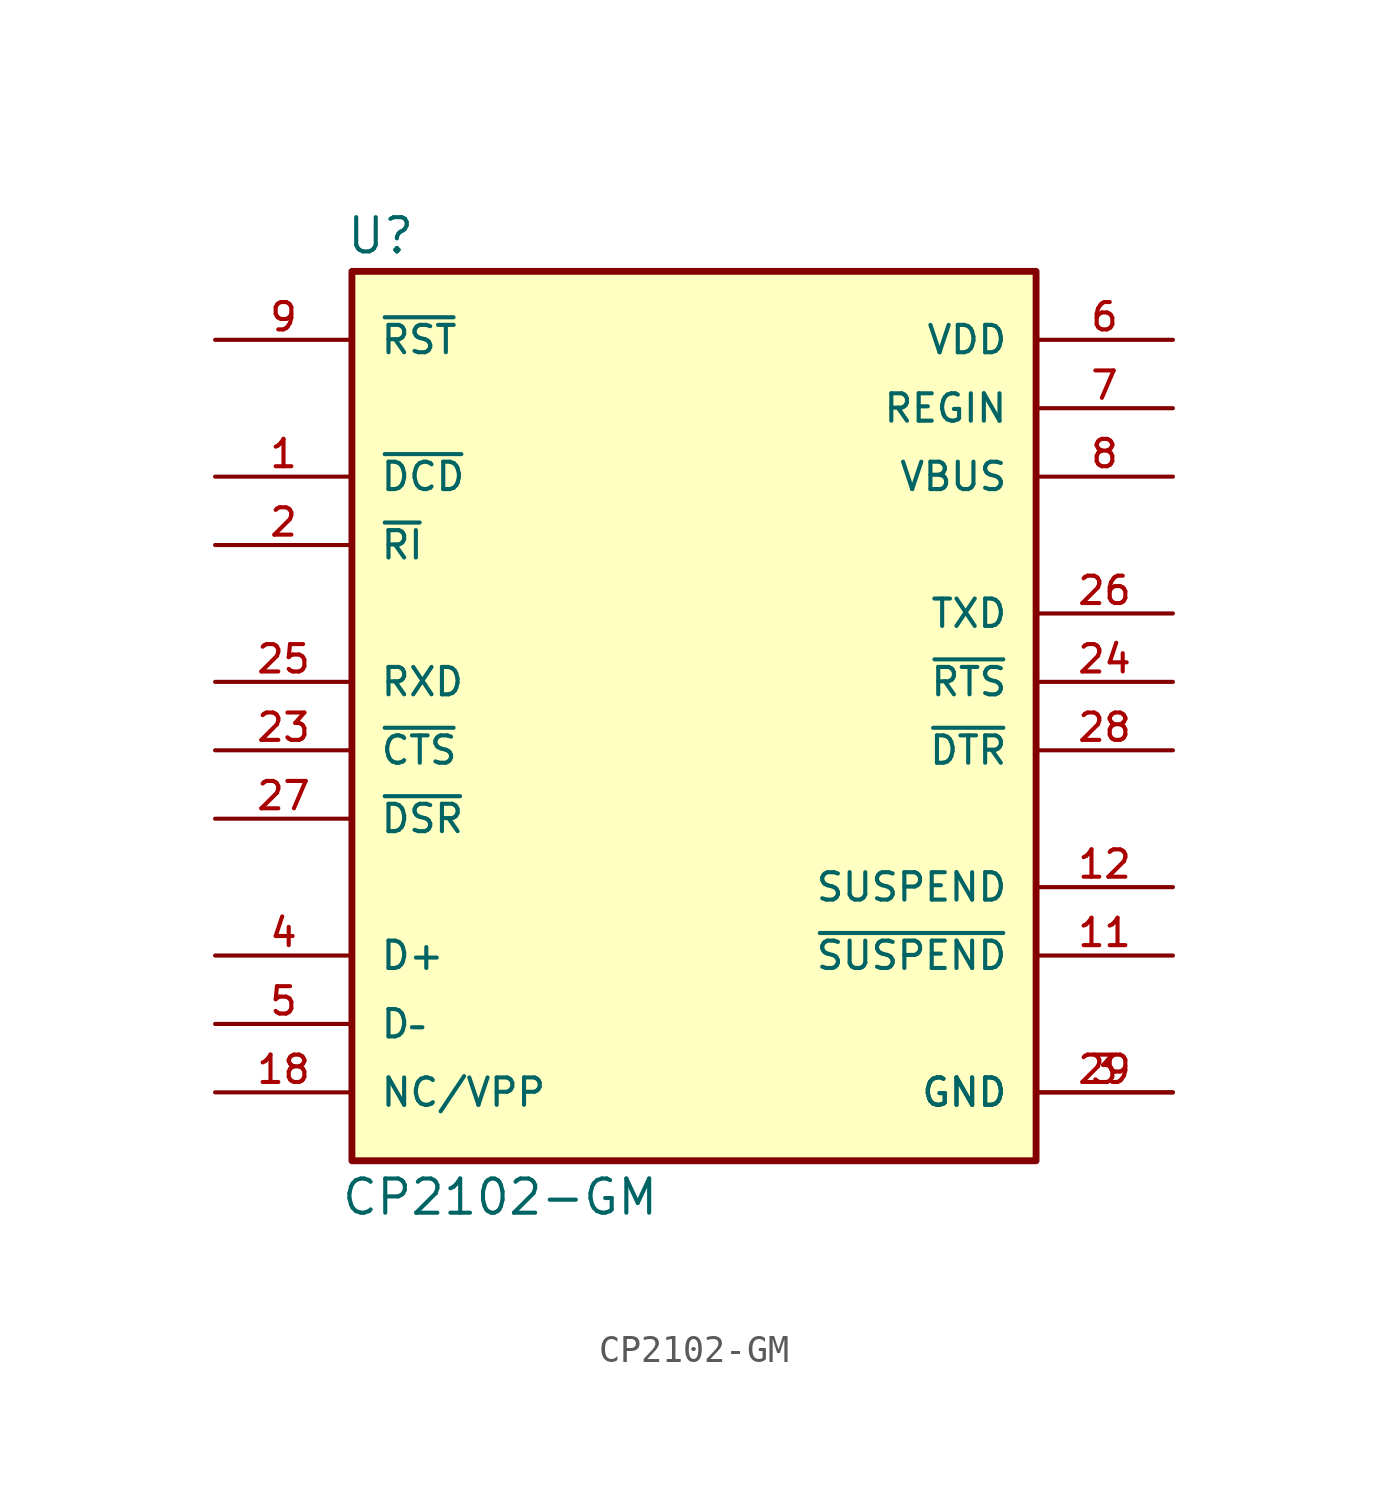
<source format=kicad_sym>
(kicad_symbol_lib
  (version 20211014)
  (generator kicad_symbol_editor)
  (symbol "CP2102-GM"
    (pin_names
      (offset 1.016))
    (property "Reference" "U"
      (at -12.944 18.359 0)
      (effects (font (size 1.27 1.27)) (justify bottom left)))
    (property "Value" "CP2102-GM"
      (at -13.135 -17.331 0)
      (effects (font (size 1.27 1.27)) (justify bottom left)))
    (symbol "CP2102-GM_0_0"
      (rectangle (start -12.7 -15.24) (end 12.7 17.78) (stroke (width 0.254)) (fill (type background)))
      (pin output line (at 17.78 0.0 180.0) (length 5.08) (name "~{DTR}" (effects (font (size 1.016 1.016)))) (number "28" (effects (font (size 1.016 1.016)))))
      (pin output line (at 17.78 -5.08 180.0) (length 5.08) (name "SUSPEND" (effects (font (size 1.016 1.016)))) (number "12" (effects (font (size 1.016 1.016)))))
      (pin input line (at -17.78 7.62 0) (length 5.08) (name "~{RI}" (effects (font (size 1.016 1.016)))) (number "2" (effects (font (size 1.016 1.016)))))
      (pin output line (at 17.78 -7.62 180.0) (length 5.08) (name "~{SUSPEND}" (effects (font (size 1.016 1.016)))) (number "11" (effects (font (size 1.016 1.016)))))
      (pin power_in line (at 17.78 10.16 180.0) (length 5.08) (name "VBUS" (effects (font (size 1.016 1.016)))) (number "8" (effects (font (size 1.016 1.016)))))
      (pin power_in line (at 17.78 15.24 180.0) (length 5.08) (name "VDD" (effects (font (size 1.016 1.016)))) (number "6" (effects (font (size 1.016 1.016)))))
      (pin power_in line (at 17.78 -12.7 180.0) (length 5.08) (name "GND" (effects (font (size 1.016 1.016)))) (number "3" (effects (font (size 1.016 1.016)))))
      (pin power_in line (at 17.78 -12.7 180.0) (length 5.08) (name "GND" (effects (font (size 1.016 1.016)))) (number "29" (effects (font (size 1.016 1.016)))))
      (pin input line (at -17.78 0.0 0) (length 5.08) (name "~{CTS}" (effects (font (size 1.016 1.016)))) (number "23" (effects (font (size 1.016 1.016)))))
      (pin input line (at -17.78 2.54 0) (length 5.08) (name "RXD" (effects (font (size 1.016 1.016)))) (number "25" (effects (font (size 1.016 1.016)))))
      (pin input line (at -17.78 10.16 0) (length 5.08) (name "~{DCD}" (effects (font (size 1.016 1.016)))) (number "1" (effects (font (size 1.016 1.016)))))
      (pin output line (at 17.78 5.08 180.0) (length 5.08) (name "TXD" (effects (font (size 1.016 1.016)))) (number "26" (effects (font (size 1.016 1.016)))))
      (pin output line (at 17.78 2.54 180.0) (length 5.08) (name "~{RTS}" (effects (font (size 1.016 1.016)))) (number "24" (effects (font (size 1.016 1.016)))))
      (pin power_in line (at 17.78 12.7 180.0) (length 5.08) (name "REGIN" (effects (font (size 1.016 1.016)))) (number "7" (effects (font (size 1.016 1.016)))))
      (pin bidirectional line (at -17.78 -7.62 0) (length 5.08) (name "D+" (effects (font (size 1.016 1.016)))) (number "4" (effects (font (size 1.016 1.016)))))
      (pin bidirectional line (at -17.78 15.24 0) (length 5.08) (name "~{RST}" (effects (font (size 1.016 1.016)))) (number "9" (effects (font (size 1.016 1.016)))))
      (pin bidirectional line (at -17.78 -10.16 0) (length 5.08) (name "D–" (effects (font (size 1.016 1.016)))) (number "5" (effects (font (size 1.016 1.016)))))
      (pin input line (at -17.78 -2.54 0) (length 5.08) (name "~{DSR}" (effects (font (size 1.016 1.016)))) (number "27" (effects (font (size 1.016 1.016)))))
      (pin bidirectional line (at -17.78 -12.7 0) (length 5.08) (name "NC/VPP" (effects (font (size 1.016 1.016)))) (number "18" (effects (font (size 1.016 1.016))))))))
</source>
